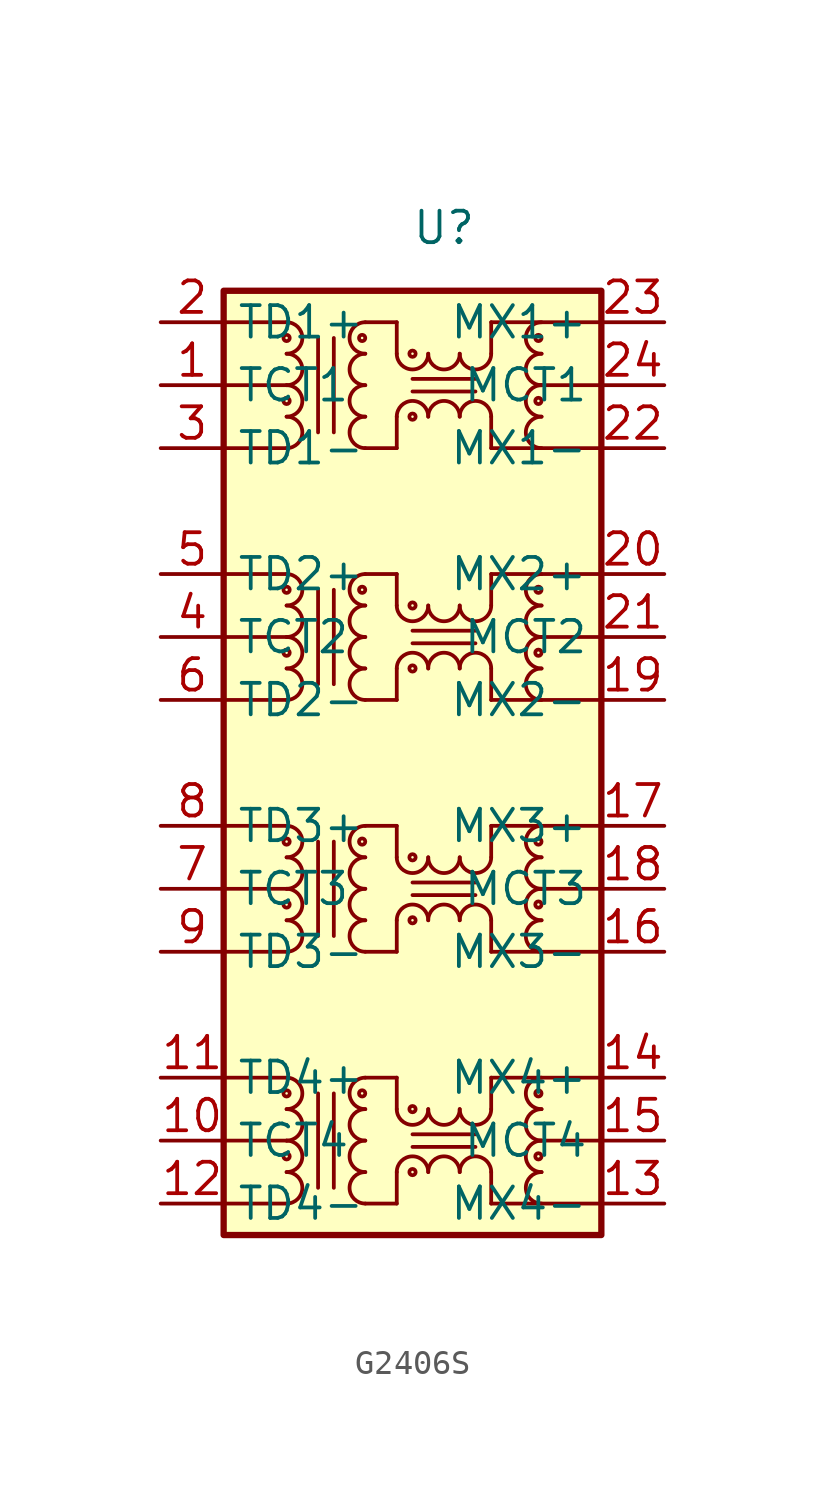
<source format=kicad_sym>
(kicad_symbol_lib
  (version 20220914)
  (generator kicad_symbol_editor)
  (symbol "G2406S"
    (property "Reference" "U"
      (at 0 0 0)
      (effects (font (size 1.27 1.27))))
    (property "Value" ""
      (at 0 0 0)
      (effects (font (size 1.27 1.27))))
    (symbol "G2406S_0_1"
      (rectangle (start -8.89 -2.54) (end 6.35 -40.64) (stroke (width 0.254) (type default)) (fill (type background)))
      (polyline (pts (xy -8.89 -39.37) (xy -6.35 -39.37)) (stroke (width 0) (type default)) (fill (type none)))
      (polyline (pts (xy -8.89 -36.83) (xy -6.35 -36.83)) (stroke (width 0) (type default)) (fill (type none)))
      (polyline (pts (xy -8.89 -34.29) (xy -6.35 -34.29)) (stroke (width 0) (type default)) (fill (type none)))
      (polyline (pts (xy -8.89 -29.21) (xy -6.35 -29.21)) (stroke (width 0) (type default)) (fill (type none)))
      (polyline (pts (xy -8.89 -26.67) (xy -6.35 -26.67)) (stroke (width 0) (type default)) (fill (type none)))
      (polyline (pts (xy -8.89 -24.13) (xy -6.35 -24.13)) (stroke (width 0) (type default)) (fill (type none)))
      (polyline (pts (xy -8.89 -19.05) (xy -6.35 -19.05)) (stroke (width 0) (type default)) (fill (type none)))
      (polyline (pts (xy -8.89 -16.51) (xy -6.35 -16.51)) (stroke (width 0) (type default)) (fill (type none)))
      (polyline (pts (xy -8.89 -13.97) (xy -6.35 -13.97)) (stroke (width 0) (type default)) (fill (type none)))
      (polyline (pts (xy -8.89 -8.89) (xy -6.35 -8.89)) (stroke (width 0) (type default)) (fill (type none)))
      (polyline (pts (xy -8.89 -6.35) (xy -6.35 -6.35)) (stroke (width 0) (type default)) (fill (type none)))
      (polyline (pts (xy -8.89 -3.81) (xy -6.35 -3.81)) (stroke (width 0) (type default)) (fill (type none)))
      (polyline (pts (xy -3.175 -39.37) (xy -1.905 -39.37)) (stroke (width 0) (type default)) (fill (type none)))
      (polyline (pts (xy -3.175 -34.29) (xy -1.905 -34.29)) (stroke (width 0) (type default)) (fill (type none)))
      (polyline (pts (xy -3.175 -29.21) (xy -1.905 -29.21)) (stroke (width 0) (type default)) (fill (type none)))
      (polyline (pts (xy -3.175 -24.13) (xy -1.905 -24.13)) (stroke (width 0) (type default)) (fill (type none)))
      (polyline (pts (xy -3.175 -19.05) (xy -1.905 -19.05)) (stroke (width 0) (type default)) (fill (type none)))
      (polyline (pts (xy -3.175 -13.97) (xy -1.905 -13.97)) (stroke (width 0) (type default)) (fill (type none)))
      (polyline (pts (xy -3.175 -8.89) (xy -1.905 -8.89)) (stroke (width 0) (type default)) (fill (type none)))
      (polyline (pts (xy -3.175 -3.81) (xy -1.905 -3.81)) (stroke (width 0) (type default)) (fill (type none)))
      (polyline (pts (xy -1.905 -38.1) (xy -1.905 -39.37)) (stroke (width 0) (type default)) (fill (type none)))
      (polyline (pts (xy -1.905 -34.29) (xy -1.905 -35.56)) (stroke (width 0) (type default)) (fill (type none)))
      (polyline (pts (xy -1.905 -27.94) (xy -1.905 -29.21)) (stroke (width 0) (type default)) (fill (type none)))
      (polyline (pts (xy -1.905 -24.13) (xy -1.905 -25.4)) (stroke (width 0) (type default)) (fill (type none)))
      (polyline (pts (xy -1.905 -17.78) (xy -1.905 -19.05)) (stroke (width 0) (type default)) (fill (type none)))
      (polyline (pts (xy -1.905 -13.97) (xy -1.905 -15.24)) (stroke (width 0) (type default)) (fill (type none)))
      (polyline (pts (xy -1.905 -7.62) (xy -1.905 -8.89)) (stroke (width 0) (type default)) (fill (type none)))
      (polyline (pts (xy -1.905 -3.81) (xy -1.905 -5.08)) (stroke (width 0) (type default)) (fill (type none)))
      (polyline (pts (xy 1.905 -39.37) (xy 1.905 -38.1)) (stroke (width 0) (type default)) (fill (type none)))
      (polyline (pts (xy 1.905 -39.37) (xy 6.35 -39.37)) (stroke (width 0) (type default)) (fill (type none)))
      (polyline (pts (xy 1.905 -35.56) (xy 1.905 -34.29)) (stroke (width 0) (type default)) (fill (type none)))
      (polyline (pts (xy 1.905 -34.29) (xy 6.35 -34.29)) (stroke (width 0) (type default)) (fill (type none)))
      (polyline (pts (xy 1.905 -29.21) (xy 1.905 -27.94)) (stroke (width 0) (type default)) (fill (type none)))
      (polyline (pts (xy 1.905 -29.21) (xy 6.35 -29.21)) (stroke (width 0) (type default)) (fill (type none)))
      (polyline (pts (xy 1.905 -25.4) (xy 1.905 -24.13)) (stroke (width 0) (type default)) (fill (type none)))
      (polyline (pts (xy 1.905 -24.13) (xy 6.35 -24.13)) (stroke (width 0) (type default)) (fill (type none)))
      (polyline (pts (xy 1.905 -19.05) (xy 1.905 -17.78)) (stroke (width 0) (type default)) (fill (type none)))
      (polyline (pts (xy 1.905 -19.05) (xy 6.35 -19.05)) (stroke (width 0) (type default)) (fill (type none)))
      (polyline (pts (xy 1.905 -15.24) (xy 1.905 -13.97)) (stroke (width 0) (type default)) (fill (type none)))
      (polyline (pts (xy 1.905 -13.97) (xy 6.35 -13.97)) (stroke (width 0) (type default)) (fill (type none)))
      (polyline (pts (xy 1.905 -8.89) (xy 1.905 -7.62)) (stroke (width 0) (type default)) (fill (type none)))
      (polyline (pts (xy 1.905 -8.89) (xy 6.35 -8.89)) (stroke (width 0) (type default)) (fill (type none)))
      (polyline (pts (xy 1.905 -5.08) (xy 1.905 -3.81)) (stroke (width 0) (type default)) (fill (type none)))
      (polyline (pts (xy 1.905 -3.81) (xy 6.35 -3.81)) (stroke (width 0) (type default)) (fill (type none)))
      (polyline (pts (xy 3.81 -36.83) (xy 6.35 -36.83)) (stroke (width 0) (type default)) (fill (type none)))
      (polyline (pts (xy 3.81 -26.67) (xy 6.35 -26.67)) (stroke (width 0) (type default)) (fill (type none)))
      (polyline (pts (xy 3.81 -16.51) (xy 6.35 -16.51)) (stroke (width 0) (type default)) (fill (type none)))
      (polyline (pts (xy 3.81 -6.35) (xy 6.35 -6.35)) (stroke (width 0) (type default)) (fill (type none)))
      (polyline (pts (xy 6.35 -6.35) (xy 6.35 -6.35)) (stroke (width 0) (type default)) (fill (type none)))
      (pin passive line (at -11.43 -6.35 0) (length 2.54) (name "TCT1" (effects (font (size 1.27 1.27)))) (number "1" (effects (font (size 1.27 1.27)))))
      (pin passive line (at -11.43 -36.83 0) (length 2.54) (name "TCT4" (effects (font (size 1.27 1.27)))) (number "10" (effects (font (size 1.27 1.27)))))
      (pin passive line (at -11.43 -34.29 0) (length 2.54) (name "TD4+" (effects (font (size 1.27 1.27)))) (number "11" (effects (font (size 1.27 1.27)))))
      (pin passive line (at -11.43 -39.37 0) (length 2.54) (name "TD4-" (effects (font (size 1.27 1.27)))) (number "12" (effects (font (size 1.27 1.27)))))
      (pin passive line (at 8.89 -39.37 180) (length 2.54) (name "MX4-" (effects (font (size 1.27 1.27)))) (number "13" (effects (font (size 1.27 1.27)))))
      (pin passive line (at 8.89 -34.29 180) (length 2.54) (name "MX4+" (effects (font (size 1.27 1.27)))) (number "14" (effects (font (size 1.27 1.27)))))
      (pin passive line (at 8.89 -36.83 180) (length 2.54) (name "MCT4" (effects (font (size 1.27 1.27)))) (number "15" (effects (font (size 1.27 1.27)))))
      (pin passive line (at 8.89 -29.21 180) (length 2.54) (name "MX3-" (effects (font (size 1.27 1.27)))) (number "16" (effects (font (size 1.27 1.27)))))
      (pin passive line (at 8.89 -24.13 180) (length 2.54) (name "MX3+" (effects (font (size 1.27 1.27)))) (number "17" (effects (font (size 1.27 1.27)))))
      (pin passive line (at 8.89 -26.67 180) (length 2.54) (name "MCT3" (effects (font (size 1.27 1.27)))) (number "18" (effects (font (size 1.27 1.27)))))
      (pin passive line (at 8.89 -19.05 180) (length 2.54) (name "MX2-" (effects (font (size 1.27 1.27)))) (number "19" (effects (font (size 1.27 1.27)))))
      (pin passive line (at -11.43 -3.81 0) (length 2.54) (name "TD1+" (effects (font (size 1.27 1.27)))) (number "2" (effects (font (size 1.27 1.27)))))
      (pin passive line (at 8.89 -13.97 180) (length 2.54) (name "MX2+" (effects (font (size 1.27 1.27)))) (number "20" (effects (font (size 1.27 1.27)))))
      (pin passive line (at 8.89 -16.51 180) (length 2.54) (name "MCT2" (effects (font (size 1.27 1.27)))) (number "21" (effects (font (size 1.27 1.27)))))
      (pin passive line (at 8.89 -8.89 180) (length 2.54) (name "MX1-" (effects (font (size 1.27 1.27)))) (number "22" (effects (font (size 1.27 1.27)))))
      (pin passive line (at 8.89 -3.81 180) (length 2.54) (name "MX1+" (effects (font (size 1.27 1.27)))) (number "23" (effects (font (size 1.27 1.27)))))
      (pin passive line (at 8.89 -6.35 180) (length 2.54) (name "MCT1" (effects (font (size 1.27 1.27)))) (number "24" (effects (font (size 1.27 1.27)))))
      (pin passive line (at -11.43 -8.89 0) (length 2.54) (name "TD1-" (effects (font (size 1.27 1.27)))) (number "3" (effects (font (size 1.27 1.27)))))
      (pin passive line (at -11.43 -16.51 0) (length 2.54) (name "TCT2" (effects (font (size 1.27 1.27)))) (number "4" (effects (font (size 1.27 1.27)))))
      (pin passive line (at -11.43 -13.97 0) (length 2.54) (name "TD2+" (effects (font (size 1.27 1.27)))) (number "5" (effects (font (size 1.27 1.27)))))
      (pin passive line (at -11.43 -19.05 0) (length 2.54) (name "TD2-" (effects (font (size 1.27 1.27)))) (number "6" (effects (font (size 1.27 1.27)))))
      (pin passive line (at -11.43 -26.67 0) (length 2.54) (name "TCT3" (effects (font (size 1.27 1.27)))) (number "7" (effects (font (size 1.27 1.27)))))
      (pin passive line (at -11.43 -24.13 0) (length 2.54) (name "TD3+" (effects (font (size 1.27 1.27)))) (number "8" (effects (font (size 1.27 1.27)))))
      (pin passive line (at -11.43 -29.21 0) (length 2.54) (name "TD3-" (effects (font (size 1.27 1.27)))) (number "9" (effects (font (size 1.27 1.27))))))
    (symbol "G2406S_1_1"
      (arc (start -6.35 -39.37) (mid -5.7177 -38.735) (end -6.35 -38.1) (stroke (width 0) (type default)) (fill (type none)))
      (arc (start -6.35 -38.1) (mid -5.7177 -37.465) (end -6.35 -36.83) (stroke (width 0) (type default)) (fill (type none)))
      (circle (center -6.35 -37.465) (radius 0.127) (stroke (width 0) (type default)) (fill (type none)))
      (arc (start -6.35 -36.83) (mid -5.7177 -36.195) (end -6.35 -35.56) (stroke (width 0) (type default)) (fill (type none)))
      (arc (start -6.35 -35.56) (mid -5.7177 -34.925) (end -6.35 -34.29) (stroke (width 0) (type default)) (fill (type none)))
      (circle (center -6.35 -34.925) (radius 0.127) (stroke (width 0) (type default)) (fill (type none)))
      (arc (start -6.35 -29.21) (mid -5.7177 -28.575) (end -6.35 -27.94) (stroke (width 0) (type default)) (fill (type none)))
      (arc (start -6.35 -27.94) (mid -5.7177 -27.305) (end -6.35 -26.67) (stroke (width 0) (type default)) (fill (type none)))
      (circle (center -6.35 -27.305) (radius 0.127) (stroke (width 0) (type default)) (fill (type none)))
      (arc (start -6.35 -26.67) (mid -5.7177 -26.035) (end -6.35 -25.4) (stroke (width 0) (type default)) (fill (type none)))
      (arc (start -6.35 -25.4) (mid -5.7177 -24.765) (end -6.35 -24.13) (stroke (width 0) (type default)) (fill (type none)))
      (circle (center -6.35 -24.765) (radius 0.127) (stroke (width 0) (type default)) (fill (type none)))
      (arc (start -6.35 -19.05) (mid -5.7177 -18.415) (end -6.35 -17.78) (stroke (width 0) (type default)) (fill (type none)))
      (arc (start -6.35 -17.78) (mid -5.7177 -17.145) (end -6.35 -16.51) (stroke (width 0) (type default)) (fill (type none)))
      (circle (center -6.35 -17.145) (radius 0.127) (stroke (width 0) (type default)) (fill (type none)))
      (arc (start -6.35 -16.51) (mid -5.7177 -15.875) (end -6.35 -15.24) (stroke (width 0) (type default)) (fill (type none)))
      (arc (start -6.35 -15.24) (mid -5.7177 -14.605) (end -6.35 -13.97) (stroke (width 0) (type default)) (fill (type none)))
      (circle (center -6.35 -14.605) (radius 0.127) (stroke (width 0) (type default)) (fill (type none)))
      (arc (start -6.35 -8.89) (mid -5.7177 -8.255) (end -6.35 -7.62) (stroke (width 0) (type default)) (fill (type none)))
      (arc (start -6.35 -7.62) (mid -5.7177 -6.985) (end -6.35 -6.35) (stroke (width 0) (type default)) (fill (type none)))
      (circle (center -6.35 -6.985) (radius 0.127) (stroke (width 0) (type default)) (fill (type none)))
      (arc (start -6.35 -6.35) (mid -5.7177 -5.715) (end -6.35 -5.08) (stroke (width 0) (type default)) (fill (type none)))
      (arc (start -6.35 -5.08) (mid -5.7177 -4.445) (end -6.35 -3.81) (stroke (width 0) (type default)) (fill (type none)))
      (circle (center -6.35 -4.445) (radius 0.127) (stroke (width 0) (type default)) (fill (type none)))
      (circle (center -3.302 -34.925) (radius 0.127) (stroke (width 0) (type default)) (fill (type none)))
      (circle (center -3.302 -24.765) (radius 0.127) (stroke (width 0) (type default)) (fill (type none)))
      (circle (center -3.302 -14.605) (radius 0.127) (stroke (width 0) (type default)) (fill (type none)))
      (circle (center -3.302 -4.445) (radius 0.127) (stroke (width 0) (type default)) (fill (type none)))
      (arc (start -3.175 -38.1) (mid -3.8073 -38.735) (end -3.175 -39.37) (stroke (width 0) (type default)) (fill (type none)))
      (arc (start -3.175 -36.83) (mid -3.8073 -37.465) (end -3.175 -38.1) (stroke (width 0) (type default)) (fill (type none)))
      (arc (start -3.175 -35.56) (mid -3.8073 -36.195) (end -3.175 -36.83) (stroke (width 0) (type default)) (fill (type none)))
      (arc (start -3.175 -34.29) (mid -3.8073 -34.925) (end -3.175 -35.56) (stroke (width 0) (type default)) (fill (type none)))
      (arc (start -3.175 -27.94) (mid -3.8073 -28.575) (end -3.175 -29.21) (stroke (width 0) (type default)) (fill (type none)))
      (arc (start -3.175 -26.67) (mid -3.8073 -27.305) (end -3.175 -27.94) (stroke (width 0) (type default)) (fill (type none)))
      (arc (start -3.175 -25.4) (mid -3.8073 -26.035) (end -3.175 -26.67) (stroke (width 0) (type default)) (fill (type none)))
      (arc (start -3.175 -24.13) (mid -3.8073 -24.765) (end -3.175 -25.4) (stroke (width 0) (type default)) (fill (type none)))
      (arc (start -3.175 -17.78) (mid -3.8073 -18.415) (end -3.175 -19.05) (stroke (width 0) (type default)) (fill (type none)))
      (arc (start -3.175 -16.51) (mid -3.8073 -17.145) (end -3.175 -17.78) (stroke (width 0) (type default)) (fill (type none)))
      (arc (start -3.175 -15.24) (mid -3.8073 -15.875) (end -3.175 -16.51) (stroke (width 0) (type default)) (fill (type none)))
      (arc (start -3.175 -13.97) (mid -3.8073 -14.605) (end -3.175 -15.24) (stroke (width 0) (type default)) (fill (type none)))
      (arc (start -3.175 -7.62) (mid -3.8073 -8.255) (end -3.175 -8.89) (stroke (width 0) (type default)) (fill (type none)))
      (arc (start -3.175 -6.35) (mid -3.8073 -6.985) (end -3.175 -7.62) (stroke (width 0) (type default)) (fill (type none)))
      (arc (start -3.175 -5.08) (mid -3.8073 -5.715) (end -3.175 -6.35) (stroke (width 0) (type default)) (fill (type none)))
      (arc (start -3.175 -3.81) (mid -3.8073 -4.445) (end -3.175 -5.08) (stroke (width 0) (type default)) (fill (type none)))
      (arc (start -1.905 -35.56) (mid -1.27 -36.1923) (end -0.635 -35.56) (stroke (width 0) (type default)) (fill (type none)))
      (arc (start -1.905 -25.4) (mid -1.27 -26.0323) (end -0.635 -25.4) (stroke (width 0) (type default)) (fill (type none)))
      (arc (start -1.905 -15.24) (mid -1.27 -15.8723) (end -0.635 -15.24) (stroke (width 0) (type default)) (fill (type none)))
      (arc (start -1.905 -5.08) (mid -1.27 -5.7123) (end -0.635 -5.08) (stroke (width 0) (type default)) (fill (type none)))
      (circle (center -1.27 -38.1) (radius 0.127) (stroke (width 0) (type default)) (fill (type none)))
      (circle (center -1.27 -35.56) (radius 0.127) (stroke (width 0) (type default)) (fill (type none)))
      (circle (center -1.27 -27.94) (radius 0.127) (stroke (width 0) (type default)) (fill (type none)))
      (circle (center -1.27 -25.4) (radius 0.127) (stroke (width 0) (type default)) (fill (type none)))
      (circle (center -1.27 -17.78) (radius 0.127) (stroke (width 0) (type default)) (fill (type none)))
      (circle (center -1.27 -15.24) (radius 0.127) (stroke (width 0) (type default)) (fill (type none)))
      (circle (center -1.27 -7.62) (radius 0.127) (stroke (width 0) (type default)) (fill (type none)))
      (circle (center -1.27 -5.08) (radius 0.127) (stroke (width 0) (type default)) (fill (type none)))
      (arc (start -0.635 -38.1) (mid -1.27 -37.4677) (end -1.905 -38.1) (stroke (width 0) (type default)) (fill (type none)))
      (arc (start -0.635 -35.56) (mid 0 -36.1923) (end 0.635 -35.56) (stroke (width 0) (type default)) (fill (type none)))
      (arc (start -0.635 -27.94) (mid -1.27 -27.3077) (end -1.905 -27.94) (stroke (width 0) (type default)) (fill (type none)))
      (arc (start -0.635 -25.4) (mid 0 -26.0323) (end 0.635 -25.4) (stroke (width 0) (type default)) (fill (type none)))
      (arc (start -0.635 -17.78) (mid -1.27 -17.1477) (end -1.905 -17.78) (stroke (width 0) (type default)) (fill (type none)))
      (arc (start -0.635 -15.24) (mid 0 -15.8723) (end 0.635 -15.24) (stroke (width 0) (type default)) (fill (type none)))
      (arc (start -0.635 -7.62) (mid -1.27 -6.9877) (end -1.905 -7.62) (stroke (width 0) (type default)) (fill (type none)))
      (arc (start -0.635 -5.08) (mid 0 -5.7123) (end 0.635 -5.08) (stroke (width 0) (type default)) (fill (type none)))
      (polyline (pts (xy -5.08 -38.735) (xy -5.08 -34.925)) (stroke (width 0) (type default)) (fill (type none)))
      (polyline (pts (xy -5.08 -28.575) (xy -5.08 -24.765)) (stroke (width 0) (type default)) (fill (type none)))
      (polyline (pts (xy -5.08 -18.415) (xy -5.08 -14.605)) (stroke (width 0) (type default)) (fill (type none)))
      (polyline (pts (xy -5.08 -8.255) (xy -5.08 -4.445)) (stroke (width 0) (type default)) (fill (type none)))
      (polyline (pts (xy -4.445 -38.735) (xy -4.445 -34.925)) (stroke (width 0) (type default)) (fill (type none)))
      (polyline (pts (xy -4.445 -28.575) (xy -4.445 -24.765)) (stroke (width 0) (type default)) (fill (type none)))
      (polyline (pts (xy -4.445 -18.415) (xy -4.445 -14.605)) (stroke (width 0) (type default)) (fill (type none)))
      (polyline (pts (xy -4.445 -8.255) (xy -4.445 -4.445)) (stroke (width 0) (type default)) (fill (type none)))
      (polyline (pts (xy 1.27 -37.084) (xy -1.27 -37.084)) (stroke (width 0) (type default)) (fill (type none)))
      (polyline (pts (xy 1.27 -36.576) (xy -1.27 -36.576)) (stroke (width 0) (type default)) (fill (type none)))
      (polyline (pts (xy 1.27 -26.924) (xy -1.27 -26.924)) (stroke (width 0) (type default)) (fill (type none)))
      (polyline (pts (xy 1.27 -26.416) (xy -1.27 -26.416)) (stroke (width 0) (type default)) (fill (type none)))
      (polyline (pts (xy 1.27 -16.764) (xy -1.27 -16.764)) (stroke (width 0) (type default)) (fill (type none)))
      (polyline (pts (xy 1.27 -16.256) (xy -1.27 -16.256)) (stroke (width 0) (type default)) (fill (type none)))
      (polyline (pts (xy 1.27 -6.604) (xy -1.27 -6.604)) (stroke (width 0) (type default)) (fill (type none)))
      (polyline (pts (xy 1.27 -6.096) (xy -1.27 -6.096)) (stroke (width 0) (type default)) (fill (type none)))
      (arc (start 0.635 -38.1) (mid 0 -37.4677) (end -0.635 -38.1) (stroke (width 0) (type default)) (fill (type none)))
      (arc (start 0.635 -35.56) (mid 1.27 -36.1923) (end 1.905 -35.56) (stroke (width 0) (type default)) (fill (type none)))
      (arc (start 0.635 -27.94) (mid 0 -27.3077) (end -0.635 -27.94) (stroke (width 0) (type default)) (fill (type none)))
      (arc (start 0.635 -25.4) (mid 1.27 -26.0323) (end 1.905 -25.4) (stroke (width 0) (type default)) (fill (type none)))
      (arc (start 0.635 -17.78) (mid 0 -17.1477) (end -0.635 -17.78) (stroke (width 0) (type default)) (fill (type none)))
      (arc (start 0.635 -15.24) (mid 1.27 -15.8723) (end 1.905 -15.24) (stroke (width 0) (type default)) (fill (type none)))
      (arc (start 0.635 -7.62) (mid 0 -6.9877) (end -0.635 -7.62) (stroke (width 0) (type default)) (fill (type none)))
      (arc (start 0.635 -5.08) (mid 1.27 -5.7123) (end 1.905 -5.08) (stroke (width 0) (type default)) (fill (type none)))
      (arc (start 1.905 -38.1) (mid 1.27 -37.4677) (end 0.635 -38.1) (stroke (width 0) (type default)) (fill (type none)))
      (arc (start 1.905 -27.94) (mid 1.27 -27.3077) (end 0.635 -27.94) (stroke (width 0) (type default)) (fill (type none)))
      (arc (start 1.905 -17.78) (mid 1.27 -17.1477) (end 0.635 -17.78) (stroke (width 0) (type default)) (fill (type none)))
      (arc (start 1.905 -7.62) (mid 1.27 -6.9877) (end 0.635 -7.62) (stroke (width 0) (type default)) (fill (type none)))
      (circle (center 3.81 -37.465) (radius 0.127) (stroke (width 0) (type default)) (fill (type none)))
      (circle (center 3.81 -34.925) (radius 0.127) (stroke (width 0) (type default)) (fill (type none)))
      (circle (center 3.81 -27.305) (radius 0.127) (stroke (width 0) (type default)) (fill (type none)))
      (circle (center 3.81 -24.765) (radius 0.127) (stroke (width 0) (type default)) (fill (type none)))
      (circle (center 3.81 -17.145) (radius 0.127) (stroke (width 0) (type default)) (fill (type none)))
      (circle (center 3.81 -14.605) (radius 0.127) (stroke (width 0) (type default)) (fill (type none)))
      (circle (center 3.81 -6.985) (radius 0.127) (stroke (width 0) (type default)) (fill (type none)))
      (circle (center 3.81 -4.445) (radius 0.127) (stroke (width 0) (type default)) (fill (type none)))
      (arc (start 3.937 -38.1) (mid 3.305 -38.735) (end 3.937 -39.37) (stroke (width 0) (type default)) (fill (type none)))
      (arc (start 3.937 -36.83) (mid 3.305 -37.465) (end 3.937 -38.1) (stroke (width 0) (type default)) (fill (type none)))
      (arc (start 3.937 -35.56) (mid 3.305 -36.195) (end 3.937 -36.83) (stroke (width 0) (type default)) (fill (type none)))
      (arc (start 3.937 -34.29) (mid 3.305 -34.925) (end 3.937 -35.56) (stroke (width 0) (type default)) (fill (type none)))
      (arc (start 3.937 -27.94) (mid 3.305 -28.575) (end 3.937 -29.21) (stroke (width 0) (type default)) (fill (type none)))
      (arc (start 3.937 -26.67) (mid 3.305 -27.305) (end 3.937 -27.94) (stroke (width 0) (type default)) (fill (type none)))
      (arc (start 3.937 -25.4) (mid 3.305 -26.035) (end 3.937 -26.67) (stroke (width 0) (type default)) (fill (type none)))
      (arc (start 3.937 -24.13) (mid 3.305 -24.765) (end 3.937 -25.4) (stroke (width 0) (type default)) (fill (type none)))
      (arc (start 3.937 -17.78) (mid 3.305 -18.415) (end 3.937 -19.05) (stroke (width 0) (type default)) (fill (type none)))
      (arc (start 3.937 -16.51) (mid 3.305 -17.145) (end 3.937 -17.78) (stroke (width 0) (type default)) (fill (type none)))
      (arc (start 3.937 -15.24) (mid 3.305 -15.875) (end 3.937 -16.51) (stroke (width 0) (type default)) (fill (type none)))
      (arc (start 3.937 -13.97) (mid 3.305 -14.605) (end 3.937 -15.24) (stroke (width 0) (type default)) (fill (type none)))
      (arc (start 3.937 -7.62) (mid 3.305 -8.255) (end 3.937 -8.89) (stroke (width 0) (type default)) (fill (type none)))
      (arc (start 3.937 -6.35) (mid 3.305 -6.985) (end 3.937 -7.62) (stroke (width 0) (type default)) (fill (type none)))
      (arc (start 3.937 -5.08) (mid 3.305 -5.715) (end 3.937 -6.35) (stroke (width 0) (type default)) (fill (type none)))
      (arc (start 3.937 -3.81) (mid 3.305 -4.445) (end 3.937 -5.08) (stroke (width 0) (type default)) (fill (type none))))))
</source>
